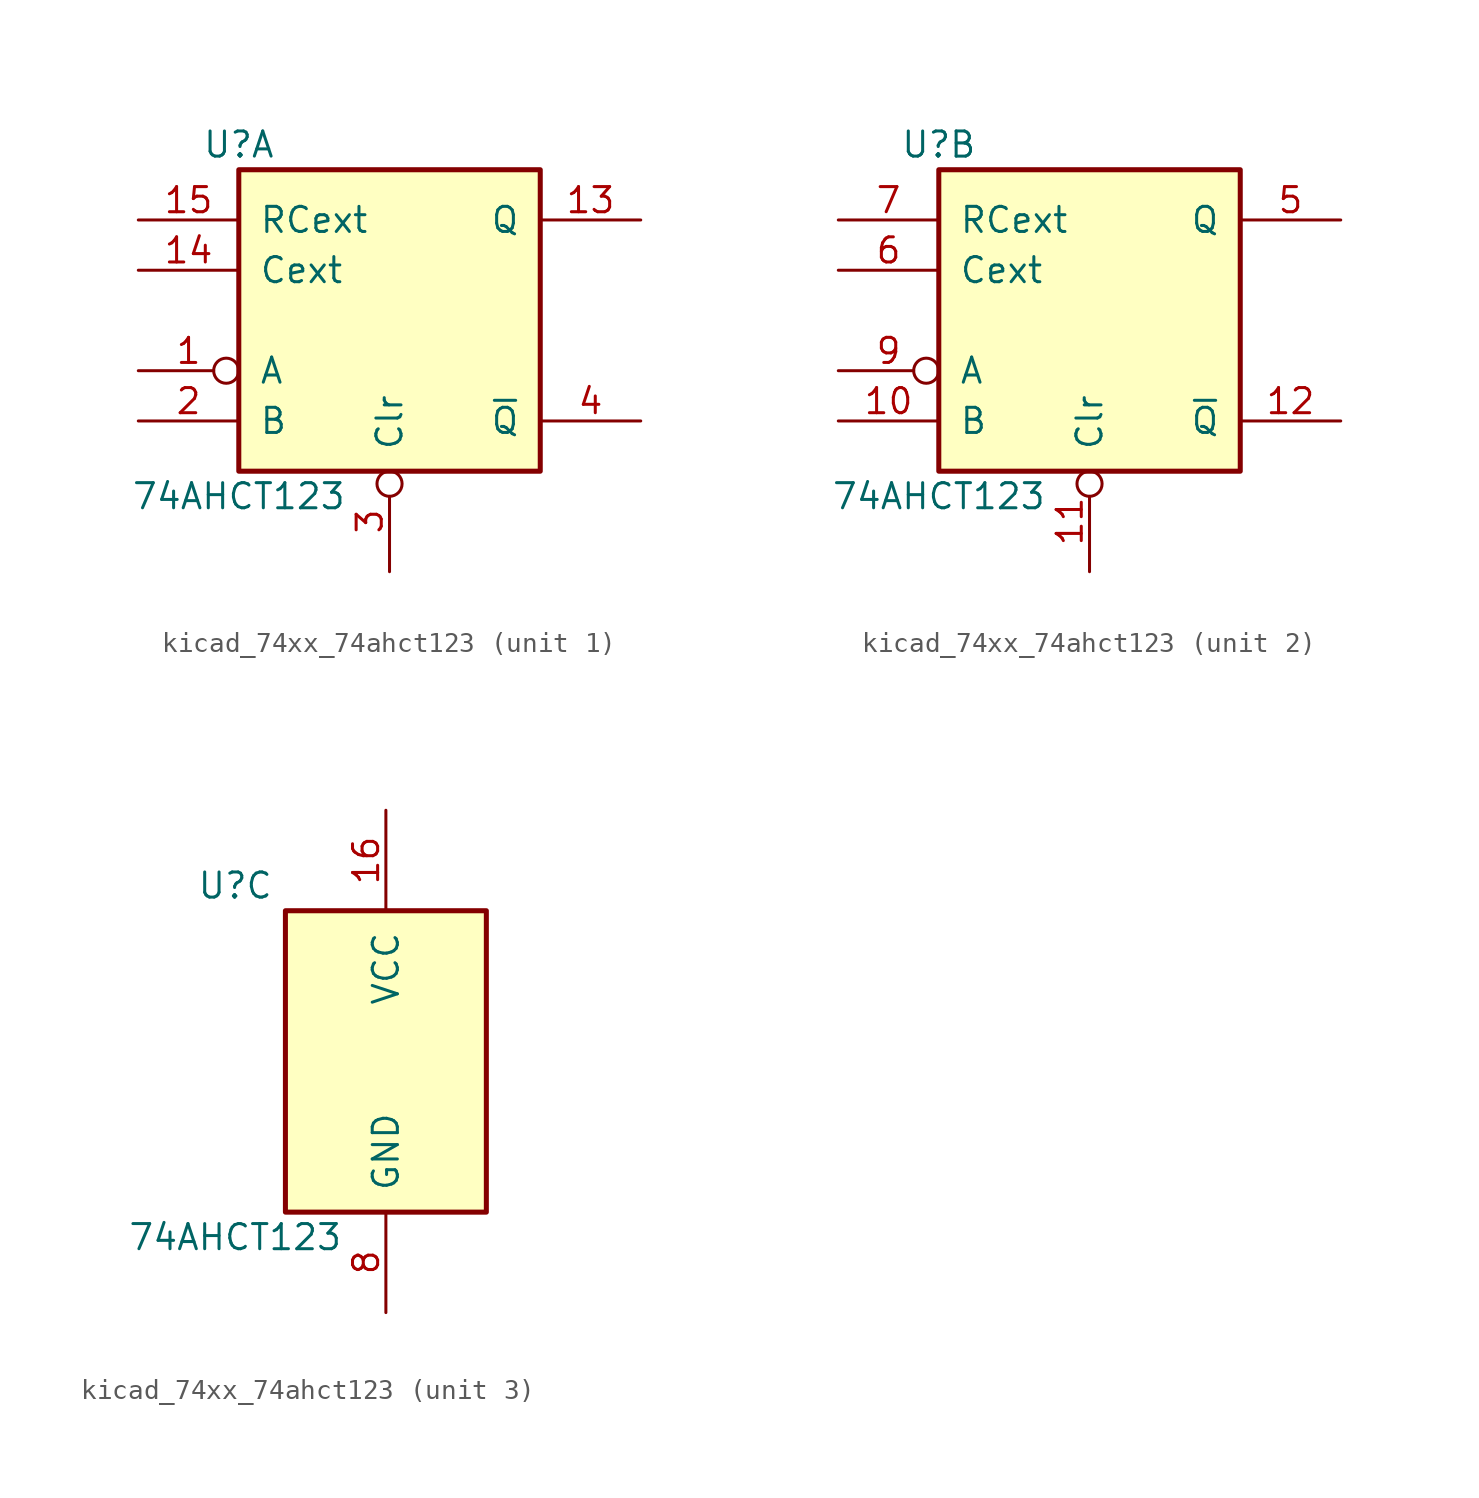
<source format=kicad_sym>
(kicad_symbol_lib
  (version 20220914)
  (generator kicad_symbol_editor)
  (symbol "kicad_74xx_74ahct123"
    (pin_names
      (offset 1.016))
    (property "Reference" "U"
      (at -7.62 8.89 0)
      (effects (font (size 1.27 1.27))))
    (property "Value" "74AHCT123"
      (at -7.62 -8.89 0)
      (effects (font (size 1.27 1.27))))
    (property "ki_locked" ""
      (at 0 0 0)
      (effects (font (size 1.27 1.27))))
    (symbol "kicad_74xx_74ahct123_1_0"
      (pin input inverted (at -12.7 -2.54 0) (length 5.08) (name "A" (effects (font (size 1.27 1.27)))) (number "1" (effects (font (size 1.27 1.27)))))
      (pin output line (at 12.7 5.08 180) (length 5.08) (name "Q" (effects (font (size 1.27 1.27)))) (number "13" (effects (font (size 1.27 1.27)))))
      (pin input line (at -12.7 2.54 0) (length 5.08) (name "Cext" (effects (font (size 1.27 1.27)))) (number "14" (effects (font (size 1.27 1.27)))))
      (pin input line (at -12.7 5.08 0) (length 5.08) (name "RCext" (effects (font (size 1.27 1.27)))) (number "15" (effects (font (size 1.27 1.27)))))
      (pin input line (at -12.7 -5.08 0) (length 5.08) (name "B" (effects (font (size 1.27 1.27)))) (number "2" (effects (font (size 1.27 1.27)))))
      (pin input inverted (at 0 -12.7 90) (length 5.08) (name "Clr" (effects (font (size 1.27 1.27)))) (number "3" (effects (font (size 1.27 1.27)))))
      (pin output line (at 12.7 -5.08 180) (length 5.08) (name "~{Q}" (effects (font (size 1.27 1.27)))) (number "4" (effects (font (size 1.27 1.27))))))
    (symbol "kicad_74xx_74ahct123_1_1"
      (rectangle (start -7.62 7.62) (end 7.62 -7.62) (stroke (width 0.254) (type default)) (fill (type background))))
    (symbol "kicad_74xx_74ahct123_2_0"
      (pin input line (at -12.7 -5.08 0) (length 5.08) (name "B" (effects (font (size 1.27 1.27)))) (number "10" (effects (font (size 1.27 1.27)))))
      (pin input inverted (at 0 -12.7 90) (length 5.08) (name "Clr" (effects (font (size 1.27 1.27)))) (number "11" (effects (font (size 1.27 1.27)))))
      (pin output line (at 12.7 -5.08 180) (length 5.08) (name "~{Q}" (effects (font (size 1.27 1.27)))) (number "12" (effects (font (size 1.27 1.27)))))
      (pin output line (at 12.7 5.08 180) (length 5.08) (name "Q" (effects (font (size 1.27 1.27)))) (number "5" (effects (font (size 1.27 1.27)))))
      (pin input line (at -12.7 2.54 0) (length 5.08) (name "Cext" (effects (font (size 1.27 1.27)))) (number "6" (effects (font (size 1.27 1.27)))))
      (pin input line (at -12.7 5.08 0) (length 5.08) (name "RCext" (effects (font (size 1.27 1.27)))) (number "7" (effects (font (size 1.27 1.27)))))
      (pin input inverted (at -12.7 -2.54 0) (length 5.08) (name "A" (effects (font (size 1.27 1.27)))) (number "9" (effects (font (size 1.27 1.27))))))
    (symbol "kicad_74xx_74ahct123_2_1"
      (rectangle (start -7.62 7.62) (end 7.62 -7.62) (stroke (width 0.254) (type default)) (fill (type background))))
    (symbol "kicad_74xx_74ahct123_3_0"
      (pin power_in line (at 0 12.7 270) (length 5.08) (name "VCC" (effects (font (size 1.27 1.27)))) (number "16" (effects (font (size 1.27 1.27)))))
      (pin power_in line (at 0 -12.7 90) (length 5.08) (name "GND" (effects (font (size 1.27 1.27)))) (number "8" (effects (font (size 1.27 1.27))))))
    (symbol "kicad_74xx_74ahct123_3_1"
      (rectangle (start -5.08 7.62) (end 5.08 -7.62) (stroke (width 0.254) (type default)) (fill (type background))))))
</source>
